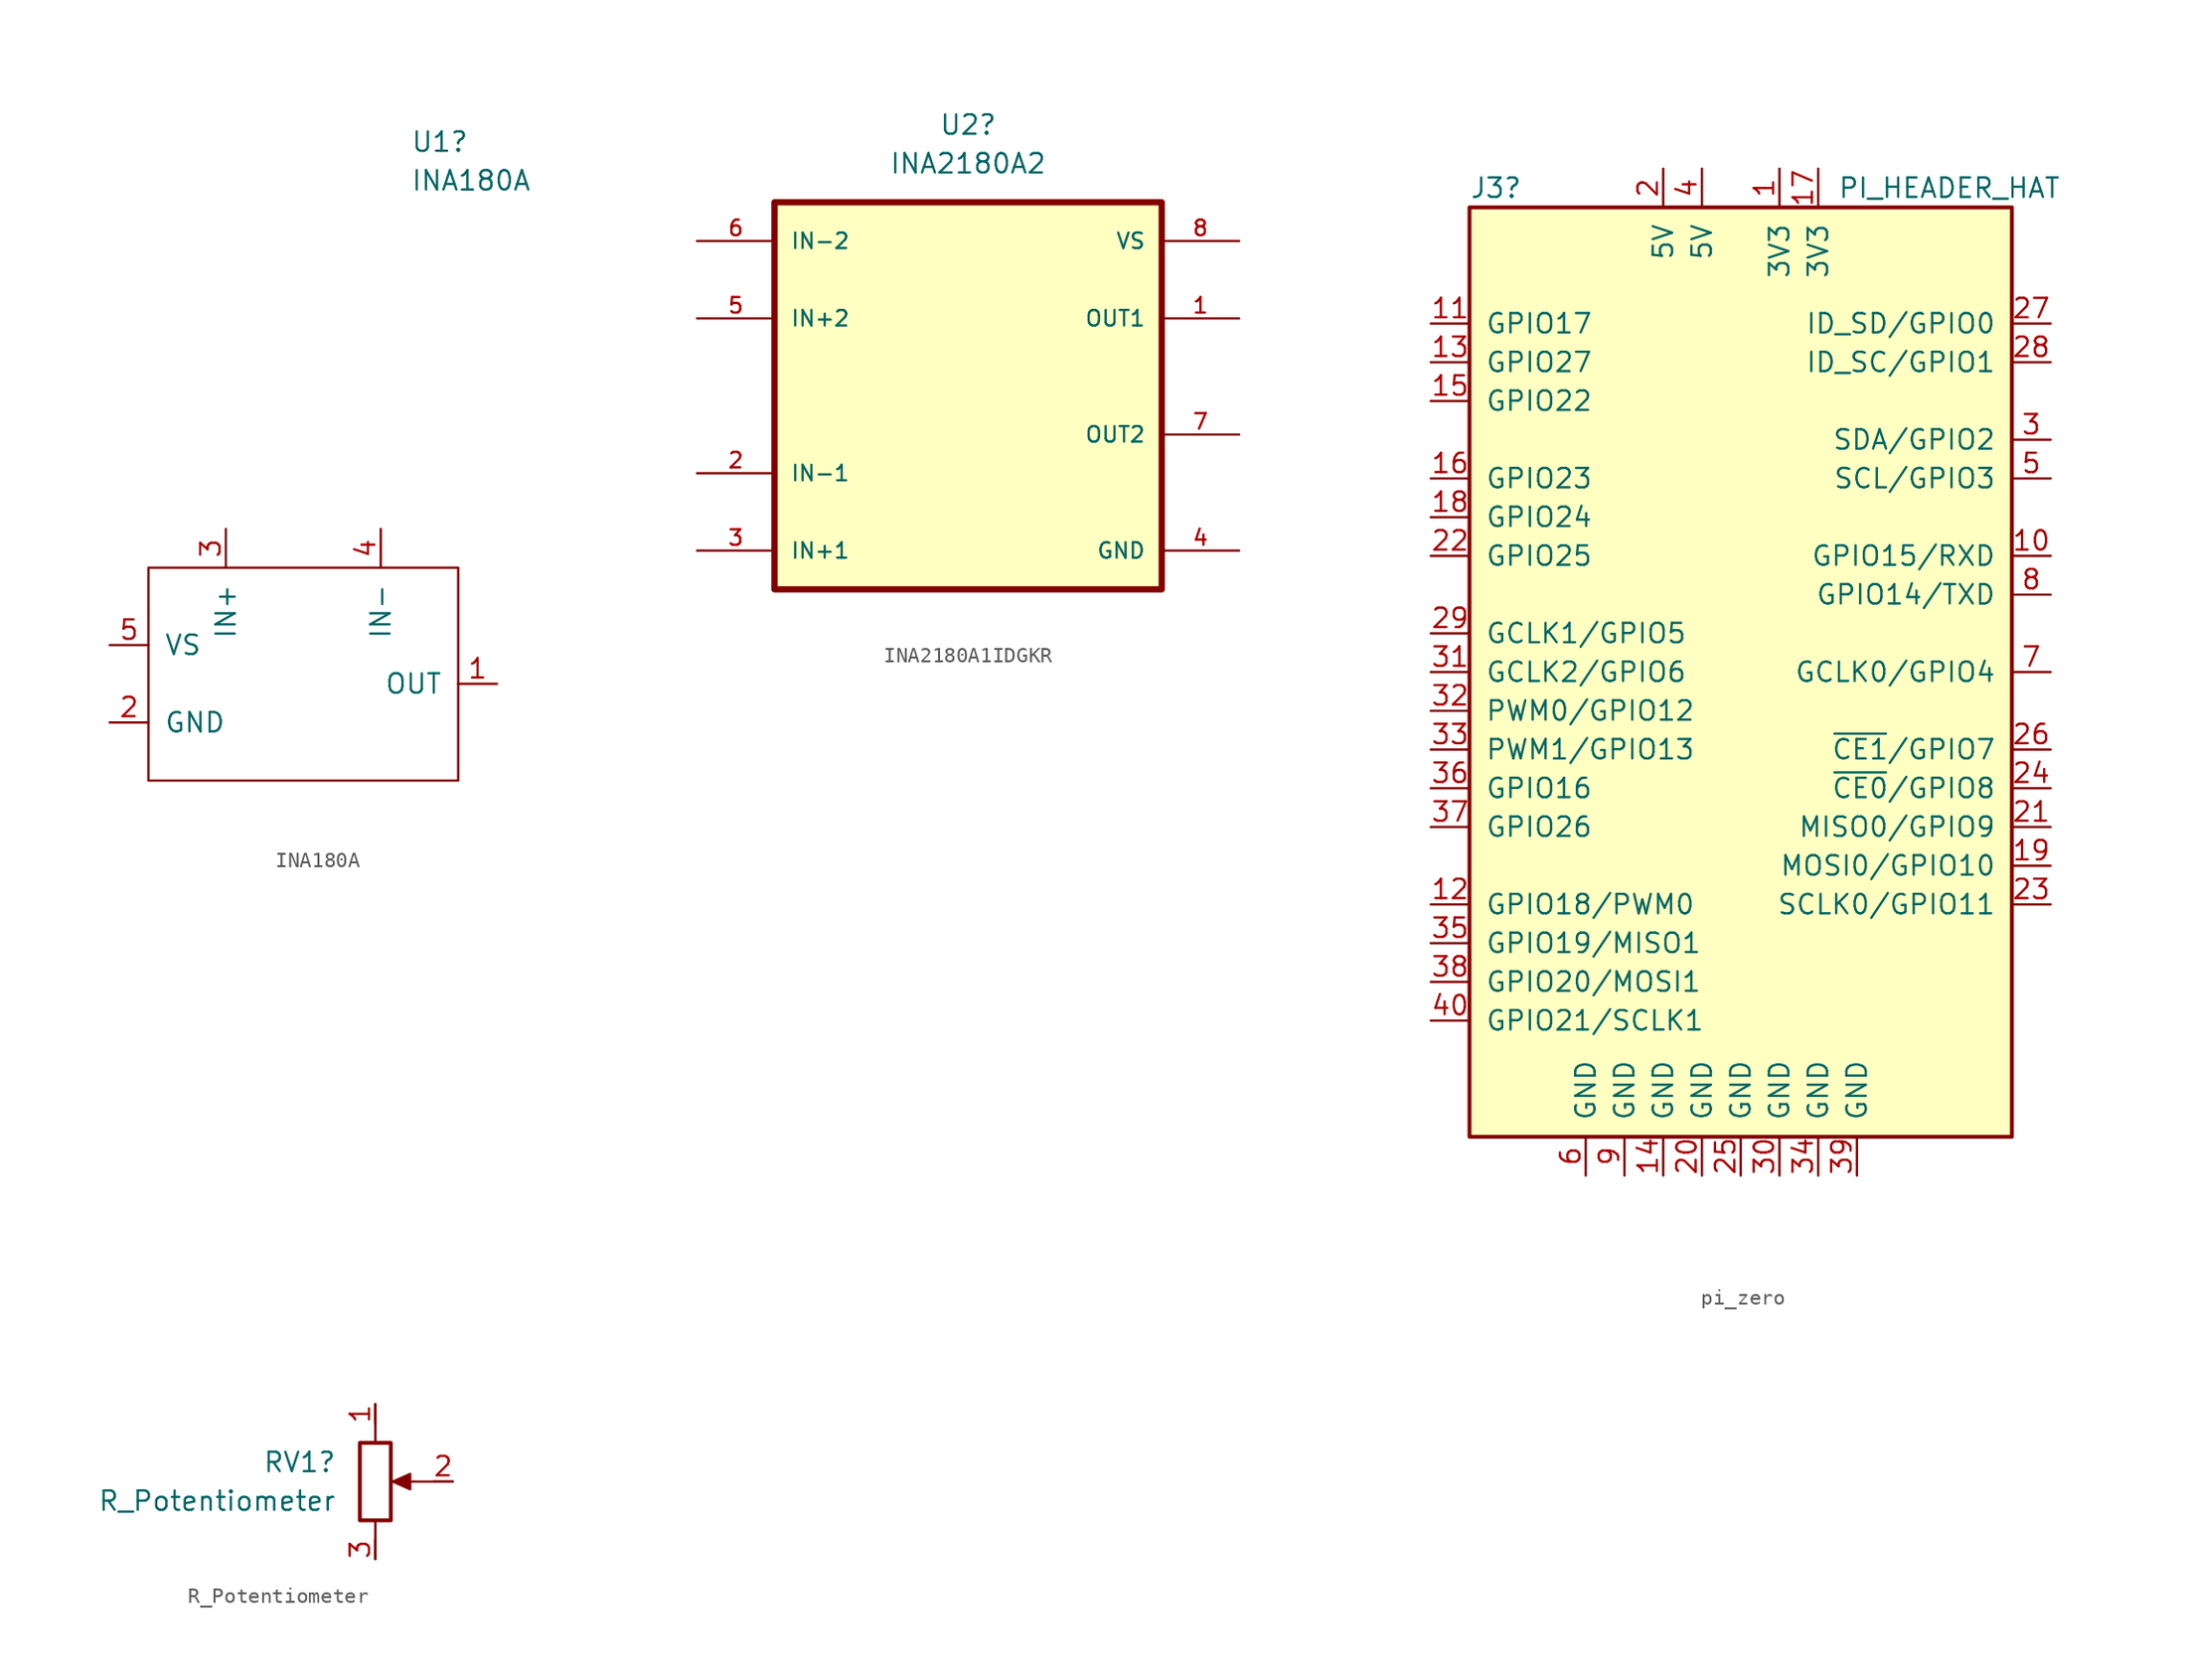
<source format=kicad_sym>
(kicad_symbol_lib
  (version 20231120)
  (generator "kicad_symbol_editor")
  (generator_version "8.0")
  (symbol "INA180A"
    (pin_names
      (offset 1.016))
    (property "Reference" "U1"
      (at 7.036 35.56 0)
      (effects (font (size 1.27 1.27)) (justify left)))
    (property "Value" "INA180A"
      (at 7.036 33.02 0)
      (effects (font (size 1.27 1.27)) (justify left)))
    (symbol "INA180A_0_1"
      (rectangle (start -10.16 7.62) (end 10.16 -6.35) (stroke (width 0) (type default)) (fill (type none))))
    (symbol "INA180A_1_1"
      (pin output line (at 12.7 0 180) (length 2.54) (name "OUT" (effects (font (size 1.27 1.27)))) (number "1" (effects (font (size 1.27 1.27)))))
      (pin power_in line (at -12.7 -2.54 0) (length 2.54) (name "GND" (effects (font (size 1.27 1.27)))) (number "2" (effects (font (size 1.27 1.27)))))
      (pin input line (at -5.08 10.16 270) (length 2.54) (name "IN+" (effects (font (size 1.27 1.27)))) (number "3" (effects (font (size 1.27 1.27)))))
      (pin input line (at 5.08 10.16 270) (length 2.54) (name "IN-" (effects (font (size 1.27 1.27)))) (number "4" (effects (font (size 1.27 1.27)))))
      (pin power_in line (at -12.7 2.54 0) (length 2.54) (name "VS" (effects (font (size 1.27 1.27)))) (number "5" (effects (font (size 1.27 1.27)))))))
  (symbol "INA2180A1IDGKR"
    (pin_names
      (offset 1.016))
    (property "Reference" "U2"
      (at 0 17.78 0)
      (effects (font (size 1.27 1.27))))
    (property "Value" "INA2180A2"
      (at 0 15.24 0)
      (effects (font (size 1.27 1.27))))
    (symbol "INA2180A1IDGKR_0_0"
      (rectangle (start -12.7 12.7) (end 12.7 -12.7) (stroke (width 0.41) (type default)) (fill (type background)))
      (pin output line (at 17.78 5.08 180) (length 5.08) (name "OUT1" (effects (font (size 1.016 1.016)))) (number "1" (effects (font (size 1.016 1.016)))))
      (pin input line (at -17.78 -5.08 0) (length 5.08) (name "IN-1" (effects (font (size 1.016 1.016)))) (number "2" (effects (font (size 1.016 1.016)))))
      (pin input line (at -17.78 -10.16 0) (length 5.08) (name "IN+1" (effects (font (size 1.016 1.016)))) (number "3" (effects (font (size 1.016 1.016)))))
      (pin power_in line (at 17.78 -10.16 180) (length 5.08) (name "GND" (effects (font (size 1.016 1.016)))) (number "4" (effects (font (size 1.016 1.016)))))
      (pin input line (at -17.78 5.08 0) (length 5.08) (name "IN+2" (effects (font (size 1.016 1.016)))) (number "5" (effects (font (size 1.016 1.016)))))
      (pin input line (at -17.78 10.16 0) (length 5.08) (name "IN-2" (effects (font (size 1.016 1.016)))) (number "6" (effects (font (size 1.016 1.016)))))
      (pin output line (at 17.78 -2.54 180) (length 5.08) (name "OUT2" (effects (font (size 1.016 1.016)))) (number "7" (effects (font (size 1.016 1.016)))))
      (pin power_in line (at 17.78 10.16 180) (length 5.08) (name "VS" (effects (font (size 1.016 1.016)))) (number "8" (effects (font (size 1.016 1.016)))))))
  (symbol "pi_zero"
    (pin_names
      (offset 1.016))
    (property "Reference" "J3"
      (at -17.78 31.75 0)
      (effects (font (size 1.27 1.27)) (justify left)))
    (property "Value" "PI_HEADER_HAT"
      (at 6.35 31.75 0)
      (effects (font (size 1.27 1.27)) (justify left)))
    (symbol "pi_zero_0_1"
      (rectangle (start -17.78 30.48) (end 17.78 -30.48) (stroke (width 0.254) (type default)) (fill (type background))))
    (symbol "pi_zero_1_1"
      (pin power_out line (at 2.54 33.02 270) (length 2.54) (name "3V3" (effects (font (size 1.27 1.27)))) (number "1" (effects (font (size 1.27 1.27)))))
      (pin bidirectional line (at 20.32 7.62 180) (length 2.54) (name "GPIO15/RXD" (effects (font (size 1.27 1.27)))) (number "10" (effects (font (size 1.27 1.27)))))
      (pin bidirectional line (at -20.32 22.86 0) (length 2.54) (name "GPIO17" (effects (font (size 1.27 1.27)))) (number "11" (effects (font (size 1.27 1.27)))))
      (pin bidirectional line (at -20.32 -15.24 0) (length 2.54) (name "GPIO18/PWM0" (effects (font (size 1.27 1.27)))) (number "12" (effects (font (size 1.27 1.27)))))
      (pin bidirectional line (at -20.32 20.32 0) (length 2.54) (name "GPIO27" (effects (font (size 1.27 1.27)))) (number "13" (effects (font (size 1.27 1.27)))))
      (pin power_in line (at -5.08 -33.02 90) (length 2.54) (name "GND" (effects (font (size 1.27 1.27)))) (number "14" (effects (font (size 1.27 1.27)))))
      (pin bidirectional line (at -20.32 17.78 0) (length 2.54) (name "GPIO22" (effects (font (size 1.27 1.27)))) (number "15" (effects (font (size 1.27 1.27)))))
      (pin bidirectional line (at -20.32 12.7 0) (length 2.54) (name "GPIO23" (effects (font (size 1.27 1.27)))) (number "16" (effects (font (size 1.27 1.27)))))
      (pin passive line (at 5.08 33.02 270) (length 2.54) (name "3V3" (effects (font (size 1.27 1.27)))) (number "17" (effects (font (size 1.27 1.27)))))
      (pin bidirectional line (at -20.32 10.16 0) (length 2.54) (name "GPIO24" (effects (font (size 1.27 1.27)))) (number "18" (effects (font (size 1.27 1.27)))))
      (pin bidirectional line (at 20.32 -12.7 180) (length 2.54) (name "MOSI0/GPIO10" (effects (font (size 1.27 1.27)))) (number "19" (effects (font (size 1.27 1.27)))))
      (pin power_in line (at -5.08 33.02 270) (length 2.54) (name "5V" (effects (font (size 1.27 1.27)))) (number "2" (effects (font (size 1.27 1.27)))))
      (pin power_in line (at -2.54 -33.02 90) (length 2.54) (name "GND" (effects (font (size 1.27 1.27)))) (number "20" (effects (font (size 1.27 1.27)))))
      (pin bidirectional line (at 20.32 -10.16 180) (length 2.54) (name "MISO0/GPIO9" (effects (font (size 1.27 1.27)))) (number "21" (effects (font (size 1.27 1.27)))))
      (pin bidirectional line (at -20.32 7.62 0) (length 2.54) (name "GPIO25" (effects (font (size 1.27 1.27)))) (number "22" (effects (font (size 1.27 1.27)))))
      (pin bidirectional line (at 20.32 -15.24 180) (length 2.54) (name "SCLK0/GPIO11" (effects (font (size 1.27 1.27)))) (number "23" (effects (font (size 1.27 1.27)))))
      (pin bidirectional line (at 20.32 -7.62 180) (length 2.54) (name "~{CE0}/GPIO8" (effects (font (size 1.27 1.27)))) (number "24" (effects (font (size 1.27 1.27)))))
      (pin power_in line (at 0 -33.02 90) (length 2.54) (name "GND" (effects (font (size 1.27 1.27)))) (number "25" (effects (font (size 1.27 1.27)))))
      (pin bidirectional line (at 20.32 -5.08 180) (length 2.54) (name "~{CE1}/GPIO7" (effects (font (size 1.27 1.27)))) (number "26" (effects (font (size 1.27 1.27)))))
      (pin bidirectional line (at 20.32 22.86 180) (length 2.54) (name "ID_SD/GPIO0" (effects (font (size 1.27 1.27)))) (number "27" (effects (font (size 1.27 1.27)))))
      (pin bidirectional line (at 20.32 20.32 180) (length 2.54) (name "ID_SC/GPIO1" (effects (font (size 1.27 1.27)))) (number "28" (effects (font (size 1.27 1.27)))))
      (pin bidirectional line (at -20.32 2.54 0) (length 2.54) (name "GCLK1/GPIO5" (effects (font (size 1.27 1.27)))) (number "29" (effects (font (size 1.27 1.27)))))
      (pin bidirectional line (at 20.32 15.24 180) (length 2.54) (name "SDA/GPIO2" (effects (font (size 1.27 1.27)))) (number "3" (effects (font (size 1.27 1.27)))))
      (pin power_in line (at 2.54 -33.02 90) (length 2.54) (name "GND" (effects (font (size 1.27 1.27)))) (number "30" (effects (font (size 1.27 1.27)))))
      (pin bidirectional line (at -20.32 0 0) (length 2.54) (name "GCLK2/GPIO6" (effects (font (size 1.27 1.27)))) (number "31" (effects (font (size 1.27 1.27)))))
      (pin bidirectional line (at -20.32 -2.54 0) (length 2.54) (name "PWM0/GPIO12" (effects (font (size 1.27 1.27)))) (number "32" (effects (font (size 1.27 1.27)))))
      (pin bidirectional line (at -20.32 -5.08 0) (length 2.54) (name "PWM1/GPIO13" (effects (font (size 1.27 1.27)))) (number "33" (effects (font (size 1.27 1.27)))))
      (pin power_in line (at 5.08 -33.02 90) (length 2.54) (name "GND" (effects (font (size 1.27 1.27)))) (number "34" (effects (font (size 1.27 1.27)))))
      (pin bidirectional line (at -20.32 -17.78 0) (length 2.54) (name "GPIO19/MISO1" (effects (font (size 1.27 1.27)))) (number "35" (effects (font (size 1.27 1.27)))))
      (pin bidirectional line (at -20.32 -7.62 0) (length 2.54) (name "GPIO16" (effects (font (size 1.27 1.27)))) (number "36" (effects (font (size 1.27 1.27)))))
      (pin bidirectional line (at -20.32 -10.16 0) (length 2.54) (name "GPIO26" (effects (font (size 1.27 1.27)))) (number "37" (effects (font (size 1.27 1.27)))))
      (pin bidirectional line (at -20.32 -20.32 0) (length 2.54) (name "GPIO20/MOSI1" (effects (font (size 1.27 1.27)))) (number "38" (effects (font (size 1.27 1.27)))))
      (pin power_in line (at 7.62 -33.02 90) (length 2.54) (name "GND" (effects (font (size 1.27 1.27)))) (number "39" (effects (font (size 1.27 1.27)))))
      (pin power_in line (at -2.54 33.02 270) (length 2.54) (name "5V" (effects (font (size 1.27 1.27)))) (number "4" (effects (font (size 1.27 1.27)))))
      (pin bidirectional line (at -20.32 -22.86 0) (length 2.54) (name "GPIO21/SCLK1" (effects (font (size 1.27 1.27)))) (number "40" (effects (font (size 1.27 1.27)))))
      (pin bidirectional line (at 20.32 12.7 180) (length 2.54) (name "SCL/GPIO3" (effects (font (size 1.27 1.27)))) (number "5" (effects (font (size 1.27 1.27)))))
      (pin power_in line (at -10.16 -33.02 90) (length 2.54) (name "GND" (effects (font (size 1.27 1.27)))) (number "6" (effects (font (size 1.27 1.27)))))
      (pin bidirectional line (at 20.32 0 180) (length 2.54) (name "GCLK0/GPIO4" (effects (font (size 1.27 1.27)))) (number "7" (effects (font (size 1.27 1.27)))))
      (pin bidirectional line (at 20.32 5.08 180) (length 2.54) (name "GPIO14/TXD" (effects (font (size 1.27 1.27)))) (number "8" (effects (font (size 1.27 1.27)))))
      (pin power_in line (at -7.62 -33.02 90) (length 2.54) (name "GND" (effects (font (size 1.27 1.27)))) (number "9" (effects (font (size 1.27 1.27)))))))
  (symbol "R_Potentiometer"
    (pin_names
      (offset 1.016) hide)
    (property "Reference" "RV1"
      (at -2.54 1.27 0)
      (effects (font (size 1.27 1.27)) (justify right)))
    (property "Value" "R_Potentiometer"
      (at -2.54 -1.27 0)
      (effects (font (size 1.27 1.27)) (justify right)))
    (symbol "R_Potentiometer_0_1"
      (rectangle (start -1.016 2.54) (end 1.016 -2.54) (stroke (width 0.254) (type default)) (fill (type none)))
      (polyline (pts (xy 0 -5.08) (xy 0 -2.54)) (stroke (width 0) (type default)) (fill (type none)))
      (polyline (pts (xy 0 5.08) (xy 0 2.54)) (stroke (width 0) (type default)) (fill (type none)))
      (polyline (pts (xy 2.54 0) (xy 1.524 0)) (stroke (width 0) (type default)) (fill (type none)))
      (polyline (pts (xy 5.08 0) (xy 2.54 0)) (stroke (width 0) (type default)) (fill (type none)))
      (polyline (pts (xy 1.143 0) (xy 2.286 0.508) (xy 2.286 -0.508) (xy 1.143 0)) (stroke (width 0) (type default)) (fill (type outline))))
    (symbol "R_Potentiometer_1_1"
      (pin passive line (at 0 5.08 270) (length 1.27) (name "1" (effects (font (size 1.27 1.27)))) (number "1" (effects (font (size 1.27 1.27)))))
      (pin passive line (at 5.08 0 180) (length 1.27) (name "2" (effects (font (size 1.27 1.27)))) (number "2" (effects (font (size 1.27 1.27)))))
      (pin passive line (at 0 -5.08 90) (length 1.27) (name "3" (effects (font (size 1.27 1.27)))) (number "3" (effects (font (size 1.27 1.27))))))))
</source>
